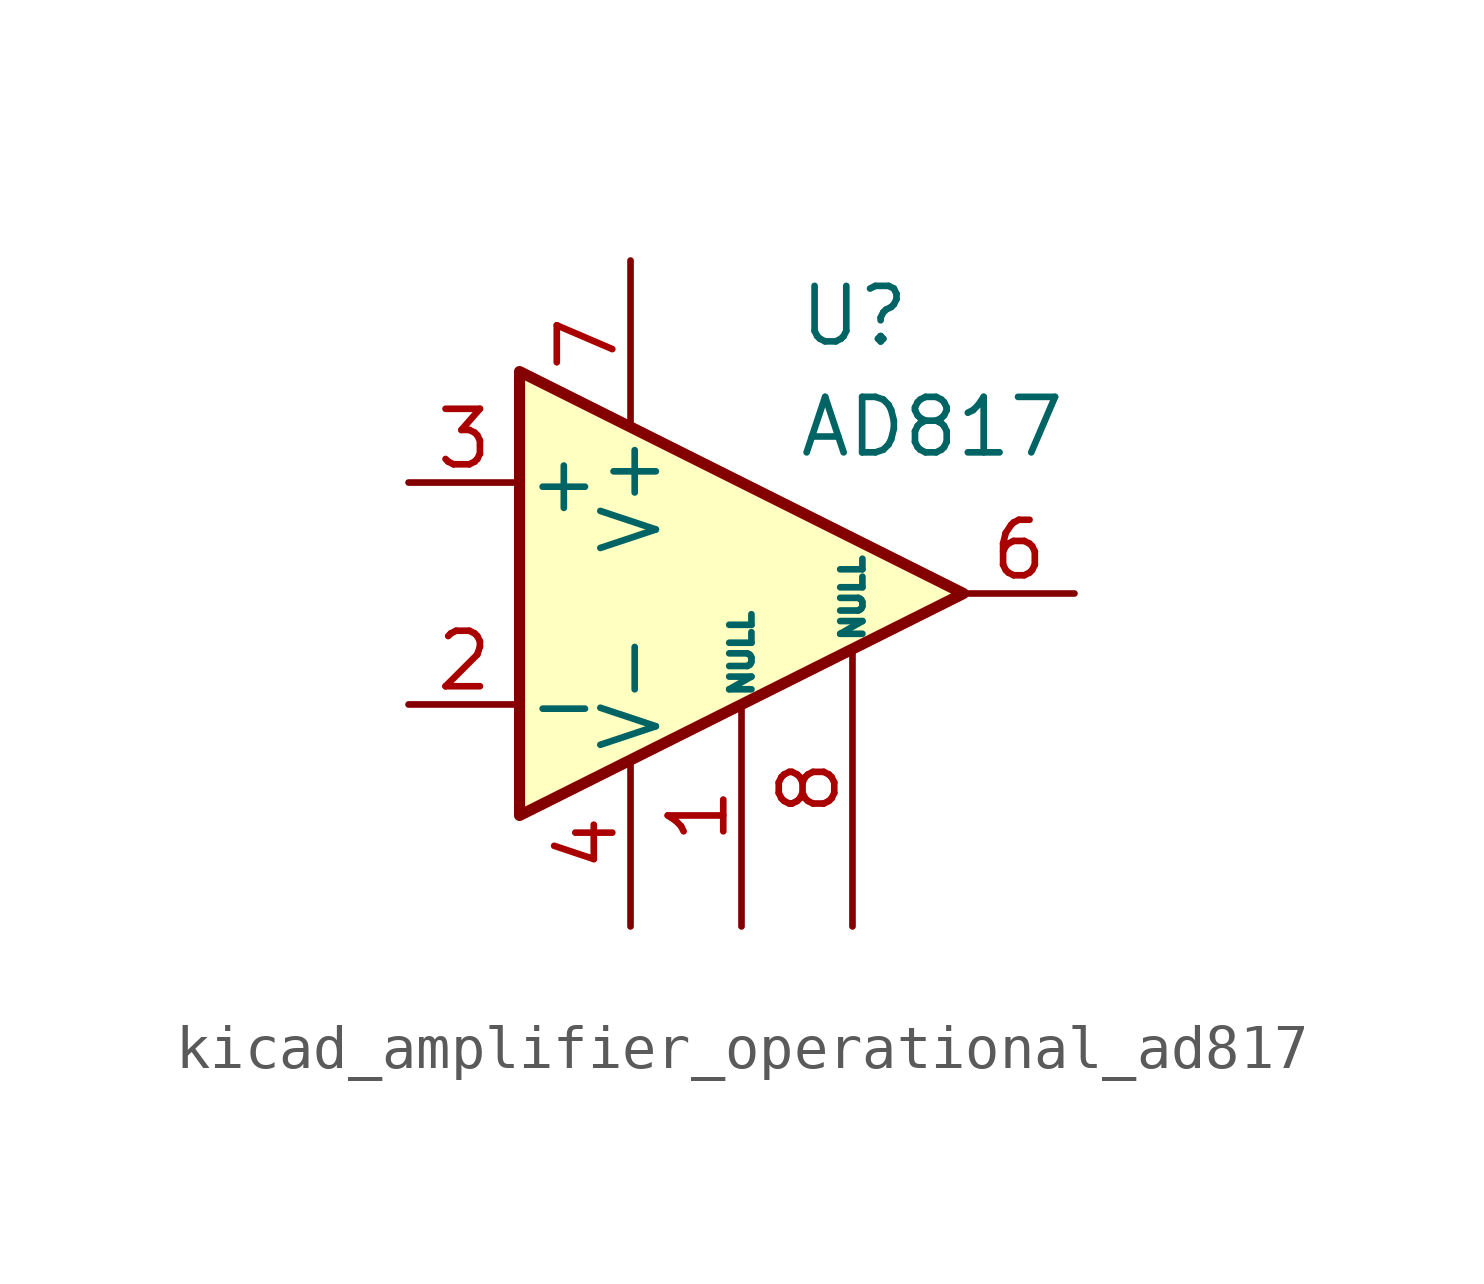
<source format=kicad_sym>
(kicad_symbol_lib
  (version 20220914)
  (generator kicad_symbol_editor)
  (symbol "kicad_amplifier_operational_ad817"
    (pin_names
      (offset 0.127))
    (property "Reference" "U"
      (at 1.27 6.35 0)
      (effects (font (size 1.27 1.27)) (justify left)))
    (property "Value" "AD817"
      (at 1.27 3.81 0)
      (effects (font (size 1.27 1.27)) (justify left)))
    (symbol "kicad_amplifier_operational_ad817_0_1"
      (polyline (pts (xy -5.08 5.08) (xy 5.08 0) (xy -5.08 -5.08) (xy -5.08 5.08)) (stroke (width 0.254) (type default)) (fill (type background))))
    (symbol "kicad_amplifier_operational_ad817_1_1"
      (pin input line (at 0 -7.62 90) (length 5.08) (name "NULL" (effects (font (size 0.508 0.508)))) (number "1" (effects (font (size 1.27 1.27)))))
      (pin input line (at -7.62 -2.54 0) (length 2.54) (name "-" (effects (font (size 1.27 1.27)))) (number "2" (effects (font (size 1.27 1.27)))))
      (pin input line (at -7.62 2.54 0) (length 2.54) (name "+" (effects (font (size 1.27 1.27)))) (number "3" (effects (font (size 1.27 1.27)))))
      (pin power_in line (at -2.54 -7.62 90) (length 3.81) (name "V-" (effects (font (size 1.27 1.27)))) (number "4" (effects (font (size 1.27 1.27)))))
      (pin no_connect line (at 0 2.54 270) (length 2.54) hide (name "NC" (effects (font (size 1.27 1.27)))) (number "5" (effects (font (size 1.27 1.27)))))
      (pin output line (at 7.62 0 180) (length 2.54) (name "~" (effects (font (size 1.27 1.27)))) (number "6" (effects (font (size 1.27 1.27)))))
      (pin power_in line (at -2.54 7.62 270) (length 3.81) (name "V+" (effects (font (size 1.27 1.27)))) (number "7" (effects (font (size 1.27 1.27)))))
      (pin input line (at 2.54 -7.62 90) (length 6.35) (name "NULL" (effects (font (size 0.508 0.508)))) (number "8" (effects (font (size 1.27 1.27))))))))
</source>
